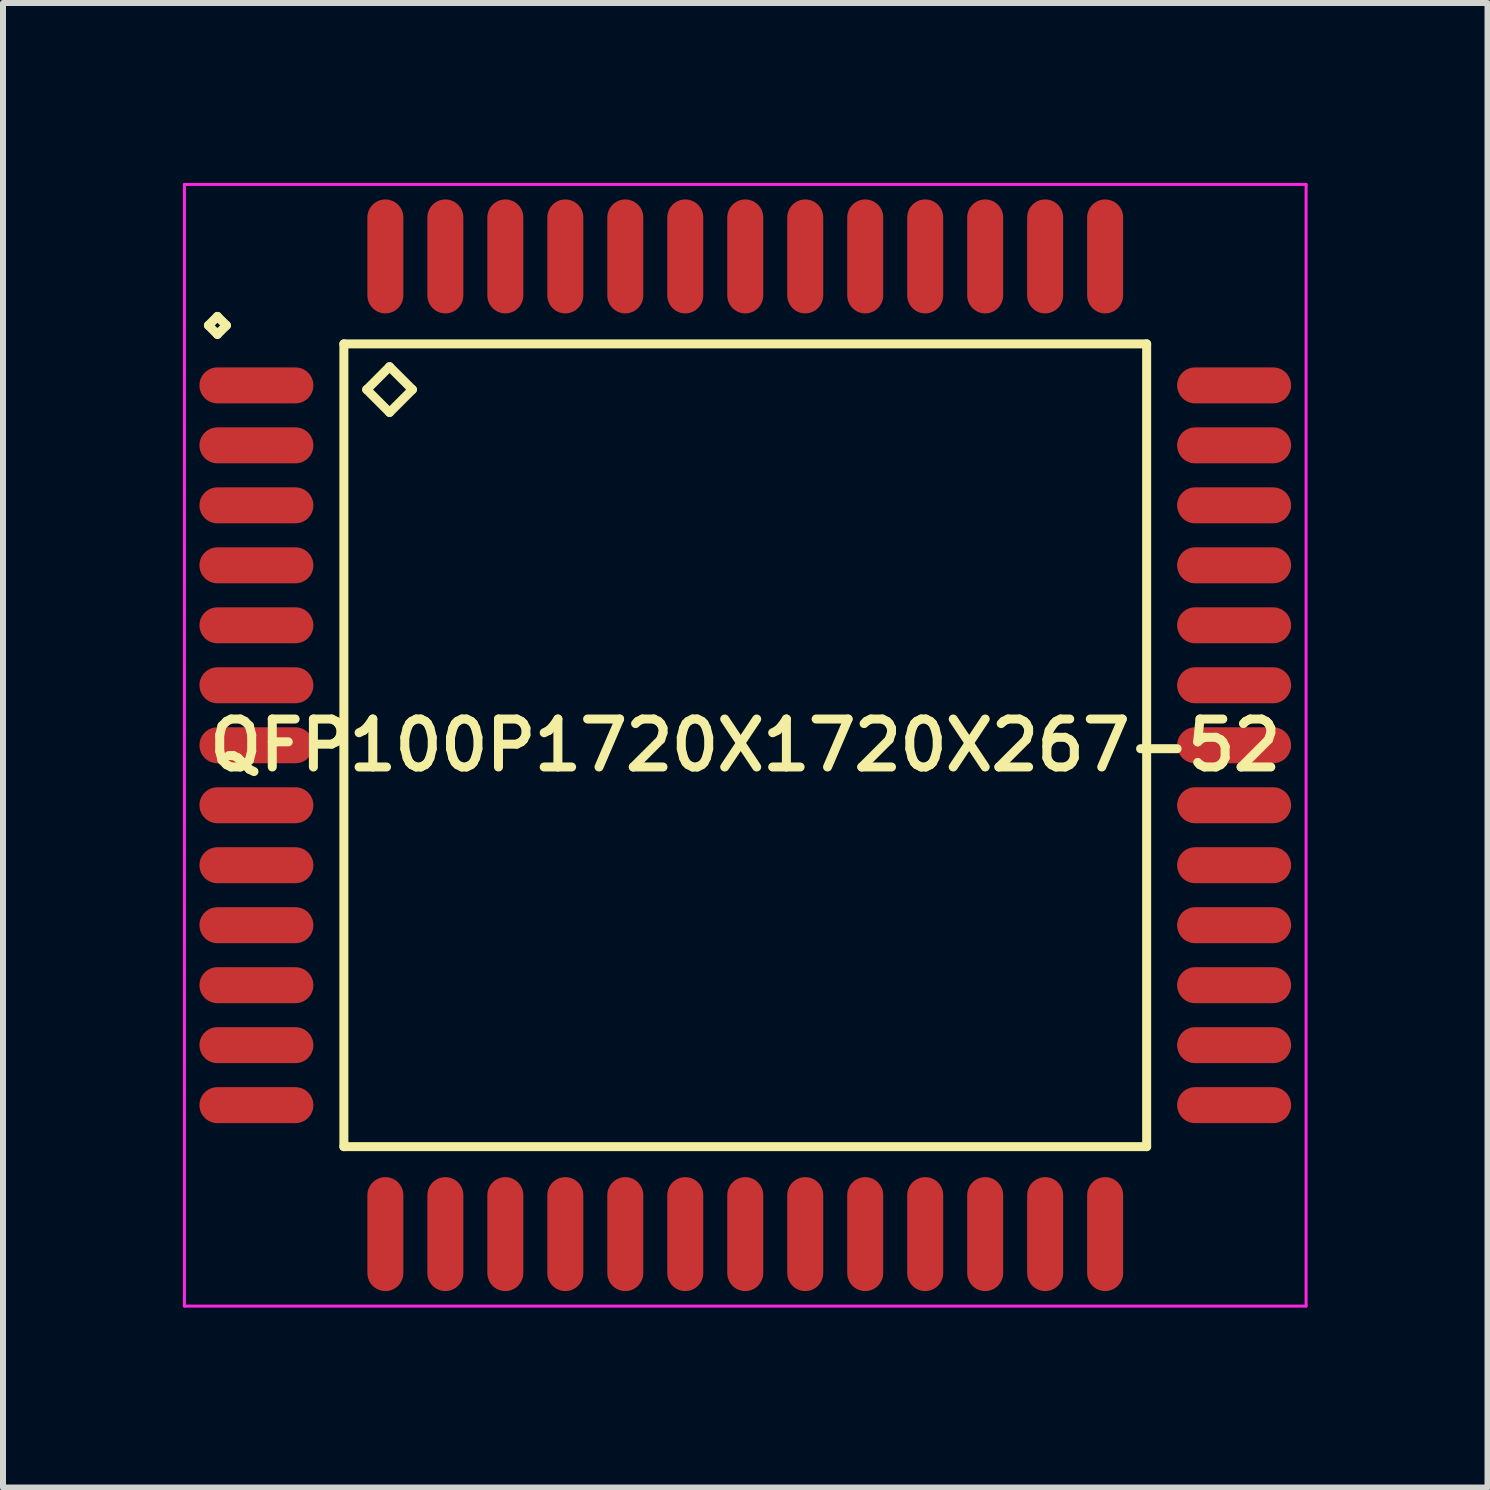
<source format=kicad_pcb>
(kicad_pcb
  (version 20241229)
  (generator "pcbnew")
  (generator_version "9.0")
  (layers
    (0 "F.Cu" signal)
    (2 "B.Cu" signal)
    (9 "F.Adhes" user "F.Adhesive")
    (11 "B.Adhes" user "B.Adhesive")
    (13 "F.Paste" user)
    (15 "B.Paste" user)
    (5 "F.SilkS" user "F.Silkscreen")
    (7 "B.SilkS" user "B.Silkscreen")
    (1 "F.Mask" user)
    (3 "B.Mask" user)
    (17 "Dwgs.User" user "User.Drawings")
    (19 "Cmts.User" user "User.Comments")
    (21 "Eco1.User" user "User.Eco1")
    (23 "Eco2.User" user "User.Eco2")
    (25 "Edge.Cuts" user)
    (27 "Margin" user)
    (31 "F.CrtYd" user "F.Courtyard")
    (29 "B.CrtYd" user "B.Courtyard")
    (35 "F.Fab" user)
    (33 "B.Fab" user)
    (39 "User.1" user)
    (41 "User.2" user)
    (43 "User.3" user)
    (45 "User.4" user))
  (footprint "QFP100P1720X1720X267-52"
    (layer "F.Cu")
    (at 9.375 9.375)
    (property "Reference" "QFP100P1720X1720X267-52" (at 0 0 0) (layer "F.SilkS") (effects (font (size 0.8 0.8) (thickness 0.15))))
    (attr smd)
    (fp_line (start -8.95 -7) (end -8.8 -7.15) (stroke (width 0.15) (type solid)) (layer "F.SilkS"))
    (fp_line (start -8.8 -7.15) (end -8.65 -7) (stroke (width 0.15) (type solid)) (layer "F.SilkS"))
    (fp_line (start -8.8 -6.85) (end -8.95 -7) (stroke (width 0.15) (type solid)) (layer "F.SilkS"))
    (fp_line (start -8.65 -7) (end -8.8 -6.85) (stroke (width 0.15) (type solid)) (layer "F.SilkS"))
    (fp_line (start -6.692 -6.692) (end -6.692 6.692) (stroke (width 0.15) (type solid)) (layer "F.SilkS"))
    (fp_line (start -6.692 6.692) (end 6.692 6.692) (stroke (width 0.15) (type solid)) (layer "F.SilkS"))
    (fp_line (start -6.311 -5.93) (end -5.93 -6.311) (stroke (width 0.15) (type solid)) (layer "F.SilkS"))
    (fp_line (start -5.93 -6.311) (end -5.549 -5.93) (stroke (width 0.15) (type solid)) (layer "F.SilkS"))
    (fp_line (start -5.93 -5.549) (end -6.311 -5.93) (stroke (width 0.15) (type solid)) (layer "F.SilkS"))
    (fp_line (start -5.549 -5.93) (end -5.93 -5.549) (stroke (width 0.15) (type solid)) (layer "F.SilkS"))
    (fp_line (start 6.692 -6.692) (end -6.692 -6.692) (stroke (width 0.15) (type solid)) (layer "F.SilkS"))
    (fp_line (start 6.692 6.692) (end 6.692 -6.692) (stroke (width 0.15) (type solid)) (layer "F.SilkS"))
    (fp_line (start -9.35 -9.35) (end 9.35 -9.35) (stroke (width 0.05) (type solid)) (layer "F.CrtYd"))
    (fp_line (start -9.35 9.35) (end -9.35 -9.35) (stroke (width 0.05) (type solid)) (layer "F.CrtYd"))
    (fp_line (start 9.35 -9.35) (end 9.35 9.35) (stroke (width 0.05) (type solid)) (layer "F.CrtYd"))
    (fp_line (start 9.35 9.35) (end -9.35 9.35) (stroke (width 0.05) (type solid)) (layer "F.CrtYd"))
    (pad "1" smd oval (at -8.15 -6) (size 1.9 0.6) (layers "F.Cu" "F.Mask" "F.Paste"))
    (pad "2" smd oval (at -8.15 -5) (size 1.9 0.6) (layers "F.Cu" "F.Mask" "F.Paste"))
    (pad "3" smd oval (at -8.15 -4) (size 1.9 0.6) (layers "F.Cu" "F.Mask" "F.Paste"))
    (pad "4" smd oval (at -8.15 -3) (size 1.9 0.6) (layers "F.Cu" "F.Mask" "F.Paste"))
    (pad "5" smd oval (at -8.15 -2) (size 1.9 0.6) (layers "F.Cu" "F.Mask" "F.Paste"))
    (pad "6" smd oval (at -8.15 -1) (size 1.9 0.6) (layers "F.Cu" "F.Mask" "F.Paste"))
    (pad "7" smd oval (at -8.15 0) (size 1.9 0.6) (layers "F.Cu" "F.Mask" "F.Paste"))
    (pad "8" smd oval (at -8.15 1) (size 1.9 0.6) (layers "F.Cu" "F.Mask" "F.Paste"))
    (pad "9" smd oval (at -8.15 2) (size 1.9 0.6) (layers "F.Cu" "F.Mask" "F.Paste"))
    (pad "10" smd oval (at -8.15 3) (size 1.9 0.6) (layers "F.Cu" "F.Mask" "F.Paste"))
    (pad "11" smd oval (at -8.15 4) (size 1.9 0.6) (layers "F.Cu" "F.Mask" "F.Paste"))
    (pad "12" smd oval (at -8.15 5) (size 1.9 0.6) (layers "F.Cu" "F.Mask" "F.Paste"))
    (pad "13" smd oval (at -8.15 6) (size 1.9 0.6) (layers "F.Cu" "F.Mask" "F.Paste"))
    (pad "14" smd oval (at -6 8.15) (size 0.6 1.9) (layers "F.Cu" "F.Mask" "F.Paste"))
    (pad "15" smd oval (at -5 8.15) (size 0.6 1.9) (layers "F.Cu" "F.Mask" "F.Paste"))
    (pad "16" smd oval (at -4 8.15) (size 0.6 1.9) (layers "F.Cu" "F.Mask" "F.Paste"))
    (pad "17" smd oval (at -3 8.15) (size 0.6 1.9) (layers "F.Cu" "F.Mask" "F.Paste"))
    (pad "18" smd oval (at -2 8.15) (size 0.6 1.9) (layers "F.Cu" "F.Mask" "F.Paste"))
    (pad "19" smd oval (at -1 8.15) (size 0.6 1.9) (layers "F.Cu" "F.Mask" "F.Paste"))
    (pad "20" smd oval (at 0 8.15) (size 0.6 1.9) (layers "F.Cu" "F.Mask" "F.Paste"))
    (pad "21" smd oval (at 1 8.15) (size 0.6 1.9) (layers "F.Cu" "F.Mask" "F.Paste"))
    (pad "22" smd oval (at 2 8.15) (size 0.6 1.9) (layers "F.Cu" "F.Mask" "F.Paste"))
    (pad "23" smd oval (at 3 8.15) (size 0.6 1.9) (layers "F.Cu" "F.Mask" "F.Paste"))
    (pad "24" smd oval (at 4 8.15) (size 0.6 1.9) (layers "F.Cu" "F.Mask" "F.Paste"))
    (pad "25" smd oval (at 5 8.15) (size 0.6 1.9) (layers "F.Cu" "F.Mask" "F.Paste"))
    (pad "26" smd oval (at 6 8.15) (size 0.6 1.9) (layers "F.Cu" "F.Mask" "F.Paste"))
    (pad "27" smd oval (at 8.15 6) (size 1.9 0.6) (layers "F.Cu" "F.Mask" "F.Paste"))
    (pad "28" smd oval (at 8.15 5) (size 1.9 0.6) (layers "F.Cu" "F.Mask" "F.Paste"))
    (pad "29" smd oval (at 8.15 4) (size 1.9 0.6) (layers "F.Cu" "F.Mask" "F.Paste"))
    (pad "30" smd oval (at 8.15 3) (size 1.9 0.6) (layers "F.Cu" "F.Mask" "F.Paste"))
    (pad "31" smd oval (at 8.15 2) (size 1.9 0.6) (layers "F.Cu" "F.Mask" "F.Paste"))
    (pad "32" smd oval (at 8.15 1) (size 1.9 0.6) (layers "F.Cu" "F.Mask" "F.Paste"))
    (pad "33" smd oval (at 8.15 0) (size 1.9 0.6) (layers "F.Cu" "F.Mask" "F.Paste"))
    (pad "34" smd oval (at 8.15 -1) (size 1.9 0.6) (layers "F.Cu" "F.Mask" "F.Paste"))
    (pad "35" smd oval (at 8.15 -2) (size 1.9 0.6) (layers "F.Cu" "F.Mask" "F.Paste"))
    (pad "36" smd oval (at 8.15 -3) (size 1.9 0.6) (layers "F.Cu" "F.Mask" "F.Paste"))
    (pad "37" smd oval (at 8.15 -4) (size 1.9 0.6) (layers "F.Cu" "F.Mask" "F.Paste"))
    (pad "38" smd oval (at 8.15 -5) (size 1.9 0.6) (layers "F.Cu" "F.Mask" "F.Paste"))
    (pad "39" smd oval (at 8.15 -6) (size 1.9 0.6) (layers "F.Cu" "F.Mask" "F.Paste"))
    (pad "40" smd oval (at 6 -8.15) (size 0.6 1.9) (layers "F.Cu" "F.Mask" "F.Paste"))
    (pad "41" smd oval (at 5 -8.15) (size 0.6 1.9) (layers "F.Cu" "F.Mask" "F.Paste"))
    (pad "42" smd oval (at 4 -8.15) (size 0.6 1.9) (layers "F.Cu" "F.Mask" "F.Paste"))
    (pad "43" smd oval (at 3 -8.15) (size 0.6 1.9) (layers "F.Cu" "F.Mask" "F.Paste"))
    (pad "44" smd oval (at 2 -8.15) (size 0.6 1.9) (layers "F.Cu" "F.Mask" "F.Paste"))
    (pad "45" smd oval (at 1 -8.15) (size 0.6 1.9) (layers "F.Cu" "F.Mask" "F.Paste"))
    (pad "46" smd oval (at 0 -8.15) (size 0.6 1.9) (layers "F.Cu" "F.Mask" "F.Paste"))
    (pad "47" smd oval (at -1 -8.15) (size 0.6 1.9) (layers "F.Cu" "F.Mask" "F.Paste"))
    (pad "48" smd oval (at -2 -8.15) (size 0.6 1.9) (layers "F.Cu" "F.Mask" "F.Paste"))
    (pad "49" smd oval (at -3 -8.15) (size 0.6 1.9) (layers "F.Cu" "F.Mask" "F.Paste"))
    (pad "50" smd oval (at -4 -8.15) (size 0.6 1.9) (layers "F.Cu" "F.Mask" "F.Paste"))
    (pad "51" smd oval (at -5 -8.15) (size 0.6 1.9) (layers "F.Cu" "F.Mask" "F.Paste"))
    (pad "52" smd oval (at -6 -8.15) (size 0.6 1.9) (layers "F.Cu" "F.Mask" "F.Paste")))
  (gr_rect
    (start -3 -3)
    (end 21.75 21.75)
    (stroke (width 0.1) (type default))
    (fill no)
    (layer "Edge.Cuts")))
</source>
